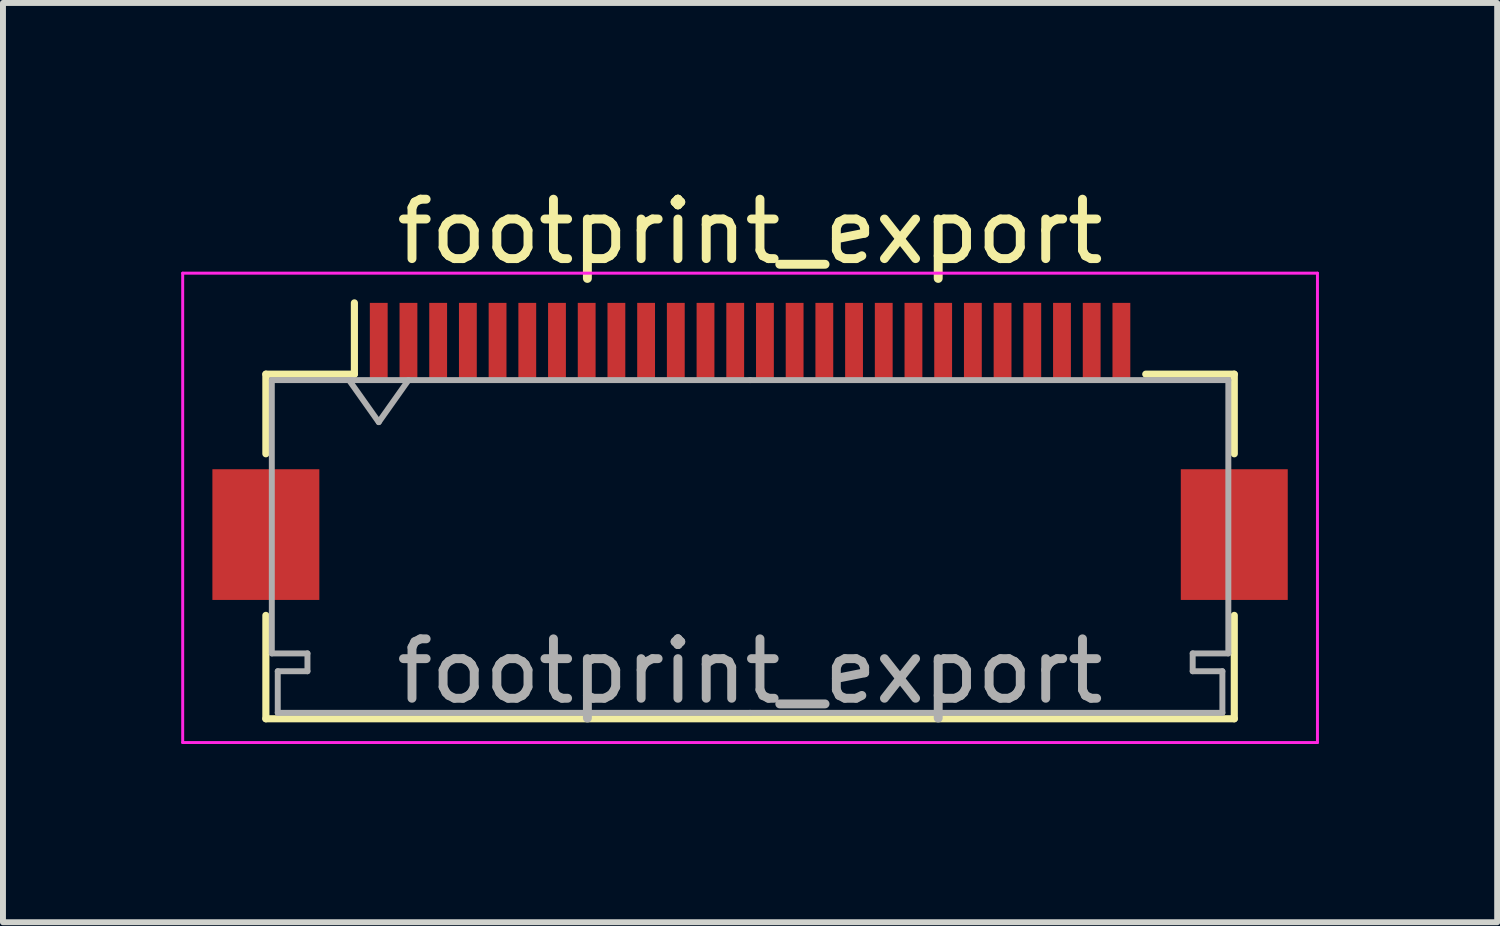
<source format=kicad_pcb>
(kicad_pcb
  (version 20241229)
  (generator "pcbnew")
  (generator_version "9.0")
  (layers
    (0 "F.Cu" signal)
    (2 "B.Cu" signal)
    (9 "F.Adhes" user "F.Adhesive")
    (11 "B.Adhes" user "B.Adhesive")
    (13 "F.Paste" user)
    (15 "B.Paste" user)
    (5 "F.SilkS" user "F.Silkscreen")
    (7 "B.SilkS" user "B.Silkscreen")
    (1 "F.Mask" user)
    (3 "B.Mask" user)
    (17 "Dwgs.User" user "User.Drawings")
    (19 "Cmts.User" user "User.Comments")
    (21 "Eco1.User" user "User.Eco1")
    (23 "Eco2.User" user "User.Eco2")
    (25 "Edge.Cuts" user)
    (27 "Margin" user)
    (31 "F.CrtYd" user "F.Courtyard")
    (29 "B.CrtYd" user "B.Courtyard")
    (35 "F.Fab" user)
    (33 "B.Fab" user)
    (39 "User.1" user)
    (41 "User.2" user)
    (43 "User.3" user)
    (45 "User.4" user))
  (footprint "footprint_export"
    (layer "F.Cu")
    (at 9.575 4.548)
    (property "Reference" "footprint_export" (at 0 -3.7 0) (layer "F.SilkS") (effects (font (size 1 1) (thickness 0.15))))
    (attr smd)
    (fp_line (start -8.15 -1.3) (end -8.15 0.04) (stroke (width 0.12) (type solid)) (layer "F.SilkS"))
    (fp_line (start -8.15 2.76) (end -8.15 4.5) (stroke (width 0.12) (type solid)) (layer "F.SilkS"))
    (fp_line (start -8.15 4.5) (end 8.15 4.5) (stroke (width 0.12) (type solid)) (layer "F.SilkS"))
    (fp_line (start -6.66 -1.3) (end -8.15 -1.3) (stroke (width 0.12) (type solid)) (layer "F.SilkS"))
    (fp_line (start -6.66 -1.3) (end -6.66 -2.5) (stroke (width 0.12) (type solid)) (layer "F.SilkS"))
    (fp_line (start 6.66 -1.3) (end 8.15 -1.3) (stroke (width 0.12) (type solid)) (layer "F.SilkS"))
    (fp_line (start 8.15 -1.3) (end 8.15 0.04) (stroke (width 0.12) (type solid)) (layer "F.SilkS"))
    (fp_line (start 8.15 4.5) (end 8.15 2.76) (stroke (width 0.12) (type solid)) (layer "F.SilkS"))
    (fp_line (start -9.55 -3) (end -9.55 4.9) (stroke (width 0.05) (type solid)) (layer "F.CrtYd"))
    (fp_line (start -9.55 4.9) (end 9.55 4.9) (stroke (width 0.05) (type solid)) (layer "F.CrtYd"))
    (fp_line (start 9.55 -3) (end -9.55 -3) (stroke (width 0.05) (type solid)) (layer "F.CrtYd"))
    (fp_line (start 9.55 4.9) (end 9.55 -3) (stroke (width 0.05) (type solid)) (layer "F.CrtYd"))
    (fp_line (start -8.05 -1.2) (end -8.05 3.4) (stroke (width 0.1) (type solid)) (layer "F.Fab"))
    (fp_line (start -8.05 3.4) (end -7.45 3.4) (stroke (width 0.1) (type solid)) (layer "F.Fab"))
    (fp_line (start -7.95 3.7) (end -7.95 4.4) (stroke (width 0.1) (type solid)) (layer "F.Fab"))
    (fp_line (start -7.95 4.4) (end 0 4.4) (stroke (width 0.1) (type solid)) (layer "F.Fab"))
    (fp_line (start -7.45 3.4) (end -7.45 3.7) (stroke (width 0.1) (type solid)) (layer "F.Fab"))
    (fp_line (start -7.45 3.7) (end -7.95 3.7) (stroke (width 0.1) (type solid)) (layer "F.Fab"))
    (fp_line (start -6.75 -1.2) (end -6.25 -0.493) (stroke (width 0.1) (type solid)) (layer "F.Fab"))
    (fp_line (start -6.25 -0.493) (end -5.75 -1.2) (stroke (width 0.1) (type solid)) (layer "F.Fab"))
    (fp_line (start 0 -1.2) (end -8.05 -1.2) (stroke (width 0.1) (type solid)) (layer "F.Fab"))
    (fp_line (start 0 -1.2) (end 8.05 -1.2) (stroke (width 0.1) (type solid)) (layer "F.Fab"))
    (fp_line (start 7.45 3.4) (end 7.45 3.7) (stroke (width 0.1) (type solid)) (layer "F.Fab"))
    (fp_line (start 7.45 3.7) (end 7.95 3.7) (stroke (width 0.1) (type solid)) (layer "F.Fab"))
    (fp_line (start 7.95 3.7) (end 7.95 4.4) (stroke (width 0.1) (type solid)) (layer "F.Fab"))
    (fp_line (start 7.95 4.4) (end 0 4.4) (stroke (width 0.1) (type solid)) (layer "F.Fab"))
    (fp_line (start 8.05 -1.2) (end 8.05 3.4) (stroke (width 0.1) (type solid)) (layer "F.Fab"))
    (fp_line (start 8.05 3.4) (end 7.45 3.4) (stroke (width 0.1) (type solid)) (layer "F.Fab"))
    (fp_text user "${REFERENCE}" (at 0 3.7 0) (layer "F.Fab") (effects (font (size 1 1) (thickness 0.15))))
    (pad "1" smd rect (at -6.25 -1.85) (size 0.3 1.3) (layers "F.Cu" "F.Mask" "F.Paste"))
    (pad "2" smd rect (at -5.75 -1.85) (size 0.3 1.3) (layers "F.Cu" "F.Mask" "F.Paste"))
    (pad "3" smd rect (at -5.25 -1.85) (size 0.3 1.3) (layers "F.Cu" "F.Mask" "F.Paste"))
    (pad "4" smd rect (at -4.75 -1.85) (size 0.3 1.3) (layers "F.Cu" "F.Mask" "F.Paste"))
    (pad "5" smd rect (at -4.25 -1.85) (size 0.3 1.3) (layers "F.Cu" "F.Mask" "F.Paste"))
    (pad "6" smd rect (at -3.75 -1.85) (size 0.3 1.3) (layers "F.Cu" "F.Mask" "F.Paste"))
    (pad "7" smd rect (at -3.25 -1.85) (size 0.3 1.3) (layers "F.Cu" "F.Mask" "F.Paste"))
    (pad "8" smd rect (at -2.75 -1.85) (size 0.3 1.3) (layers "F.Cu" "F.Mask" "F.Paste"))
    (pad "9" smd rect (at -2.25 -1.85) (size 0.3 1.3) (layers "F.Cu" "F.Mask" "F.Paste"))
    (pad "10" smd rect (at -1.75 -1.85) (size 0.3 1.3) (layers "F.Cu" "F.Mask" "F.Paste"))
    (pad "11" smd rect (at -1.25 -1.85) (size 0.3 1.3) (layers "F.Cu" "F.Mask" "F.Paste"))
    (pad "12" smd rect (at -0.75 -1.85) (size 0.3 1.3) (layers "F.Cu" "F.Mask" "F.Paste"))
    (pad "13" smd rect (at -0.25 -1.85) (size 0.3 1.3) (layers "F.Cu" "F.Mask" "F.Paste"))
    (pad "14" smd rect (at 0.25 -1.85) (size 0.3 1.3) (layers "F.Cu" "F.Mask" "F.Paste"))
    (pad "15" smd rect (at 0.75 -1.85) (size 0.3 1.3) (layers "F.Cu" "F.Mask" "F.Paste"))
    (pad "16" smd rect (at 1.25 -1.85) (size 0.3 1.3) (layers "F.Cu" "F.Mask" "F.Paste"))
    (pad "17" smd rect (at 1.75 -1.85) (size 0.3 1.3) (layers "F.Cu" "F.Mask" "F.Paste"))
    (pad "18" smd rect (at 2.25 -1.85) (size 0.3 1.3) (layers "F.Cu" "F.Mask" "F.Paste"))
    (pad "19" smd rect (at 2.75 -1.85) (size 0.3 1.3) (layers "F.Cu" "F.Mask" "F.Paste"))
    (pad "20" smd rect (at 3.25 -1.85) (size 0.3 1.3) (layers "F.Cu" "F.Mask" "F.Paste"))
    (pad "21" smd rect (at 3.75 -1.85) (size 0.3 1.3) (layers "F.Cu" "F.Mask" "F.Paste"))
    (pad "22" smd rect (at 4.25 -1.85) (size 0.3 1.3) (layers "F.Cu" "F.Mask" "F.Paste"))
    (pad "23" smd rect (at 4.75 -1.85) (size 0.3 1.3) (layers "F.Cu" "F.Mask" "F.Paste"))
    (pad "24" smd rect (at 5.25 -1.85) (size 0.3 1.3) (layers "F.Cu" "F.Mask" "F.Paste"))
    (pad "25" smd rect (at 5.75 -1.85) (size 0.3 1.3) (layers "F.Cu" "F.Mask" "F.Paste"))
    (pad "26" smd rect (at 6.25 -1.85) (size 0.3 1.3) (layers "F.Cu" "F.Mask" "F.Paste"))
    (pad "MP" smd rect (at -8.15 1.4) (size 1.8 2.2) (layers "F.Cu" "F.Mask" "F.Paste"))
    (pad "MP" smd rect (at 8.15 1.4) (size 1.8 2.2) (layers "F.Cu" "F.Mask" "F.Paste")))
  (gr_rect
    (start -3 -3)
    (end 22.15 12.473)
    (stroke (width 0.1) (type default))
    (fill no)
    (layer "Edge.Cuts")))
</source>
